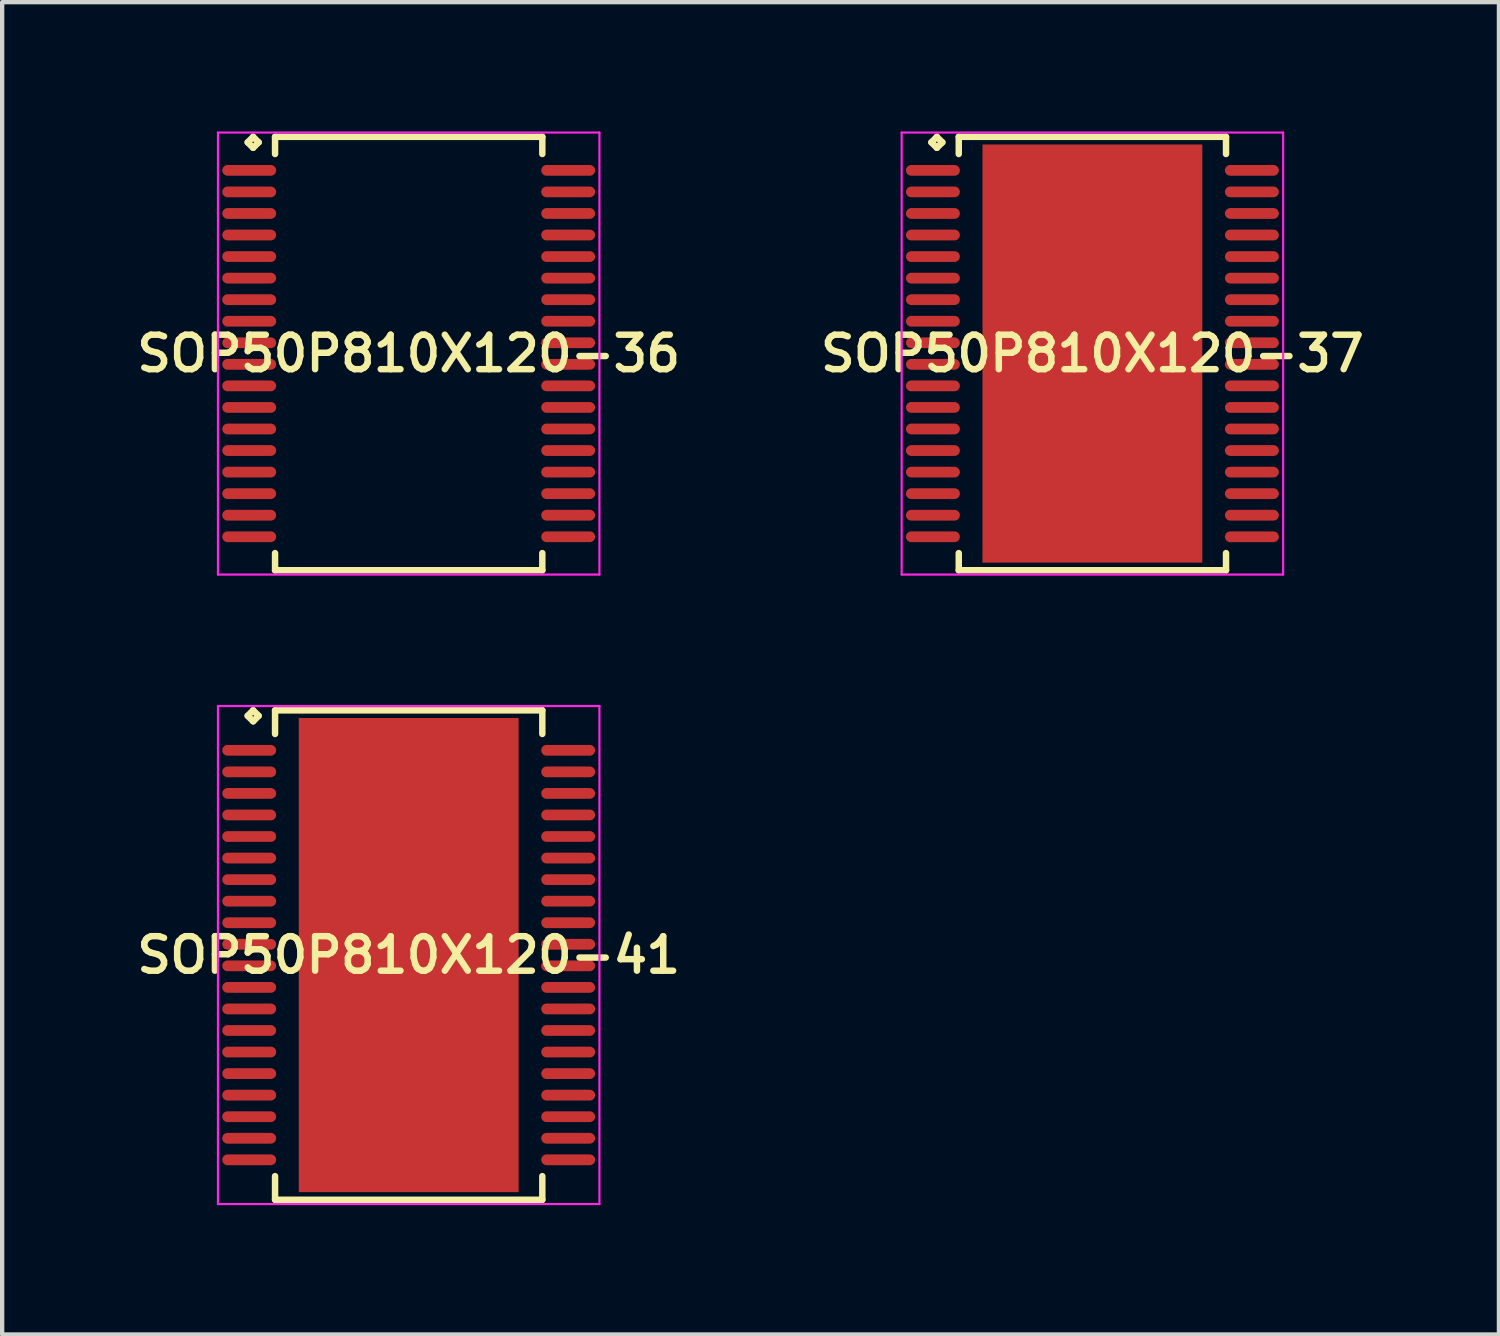
<source format=kicad_pcb>
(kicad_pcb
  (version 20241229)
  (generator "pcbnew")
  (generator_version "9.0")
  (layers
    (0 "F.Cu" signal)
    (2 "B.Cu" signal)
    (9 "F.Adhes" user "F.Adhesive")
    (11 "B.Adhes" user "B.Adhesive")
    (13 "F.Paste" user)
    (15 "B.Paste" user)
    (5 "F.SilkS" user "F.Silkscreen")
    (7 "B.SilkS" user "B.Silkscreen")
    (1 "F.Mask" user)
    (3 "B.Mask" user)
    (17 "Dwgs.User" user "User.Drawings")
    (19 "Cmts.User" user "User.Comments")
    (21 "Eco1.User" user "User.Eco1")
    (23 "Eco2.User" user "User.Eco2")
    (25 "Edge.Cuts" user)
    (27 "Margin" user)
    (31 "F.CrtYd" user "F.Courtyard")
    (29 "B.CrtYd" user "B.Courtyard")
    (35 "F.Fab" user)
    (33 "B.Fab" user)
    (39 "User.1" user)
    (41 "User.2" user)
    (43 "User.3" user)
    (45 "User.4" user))
  (footprint "SOP50P810X120-36"
    (layer "F.Cu")
    (at 6.431 5.152)
    (property "Reference" "SOP50P810X120-36" (at 0 0 0) (layer "F.SilkS") (effects (font (size 0.8 0.8) (thickness 0.15))))
    (attr smd)
    (fp_line (start -3.735 -4.9) (end -3.608 -5.027) (stroke (width 0.15) (type solid)) (layer "F.SilkS"))
    (fp_line (start -3.608 -5.027) (end -3.481 -4.9) (stroke (width 0.15) (type solid)) (layer "F.SilkS"))
    (fp_line (start -3.608 -4.773) (end -3.735 -4.9) (stroke (width 0.15) (type solid)) (layer "F.SilkS"))
    (fp_line (start -3.481 -4.9) (end -3.608 -4.773) (stroke (width 0.15) (type solid)) (layer "F.SilkS"))
    (fp_line (start -3.1 -5.027) (end 3.1 -5.027) (stroke (width 0.15) (type solid)) (layer "F.SilkS"))
    (fp_line (start -3.1 -4.629) (end -3.1 -5.027) (stroke (width 0.15) (type solid)) (layer "F.SilkS"))
    (fp_line (start -3.1 4.629) (end -3.1 5.027) (stroke (width 0.15) (type solid)) (layer "F.SilkS"))
    (fp_line (start -3.1 5.027) (end 3.1 5.027) (stroke (width 0.15) (type solid)) (layer "F.SilkS"))
    (fp_line (start 3.1 -5.027) (end 3.1 -4.629) (stroke (width 0.15) (type solid)) (layer "F.SilkS"))
    (fp_line (start 3.1 5.027) (end 3.1 4.629) (stroke (width 0.15) (type solid)) (layer "F.SilkS"))
    (fp_line (start -4.425 -5.127) (end 4.425 -5.127) (stroke (width 0.05) (type solid)) (layer "F.CrtYd"))
    (fp_line (start -4.425 5.127) (end -4.425 -5.127) (stroke (width 0.05) (type solid)) (layer "F.CrtYd"))
    (fp_line (start 4.425 -5.127) (end 4.425 5.127) (stroke (width 0.05) (type solid)) (layer "F.CrtYd"))
    (fp_line (start 4.425 5.127) (end -4.425 5.127) (stroke (width 0.05) (type solid)) (layer "F.CrtYd"))
    (pad "1" smd oval (at -3.7 -4.25) (size 1.25 0.25) (layers "F.Cu" "F.Mask" "F.Paste"))
    (pad "2" smd oval (at -3.7 -3.75) (size 1.25 0.25) (layers "F.Cu" "F.Mask" "F.Paste"))
    (pad "3" smd oval (at -3.7 -3.25) (size 1.25 0.25) (layers "F.Cu" "F.Mask" "F.Paste"))
    (pad "4" smd oval (at -3.7 -2.75) (size 1.25 0.25) (layers "F.Cu" "F.Mask" "F.Paste"))
    (pad "5" smd oval (at -3.7 -2.25) (size 1.25 0.25) (layers "F.Cu" "F.Mask" "F.Paste"))
    (pad "6" smd oval (at -3.7 -1.75) (size 1.25 0.25) (layers "F.Cu" "F.Mask" "F.Paste"))
    (pad "7" smd oval (at -3.7 -1.25) (size 1.25 0.25) (layers "F.Cu" "F.Mask" "F.Paste"))
    (pad "8" smd oval (at -3.7 -0.75) (size 1.25 0.25) (layers "F.Cu" "F.Mask" "F.Paste"))
    (pad "9" smd oval (at -3.7 -0.25) (size 1.25 0.25) (layers "F.Cu" "F.Mask" "F.Paste"))
    (pad "10" smd oval (at -3.7 0.25) (size 1.25 0.25) (layers "F.Cu" "F.Mask" "F.Paste"))
    (pad "11" smd oval (at -3.7 0.75) (size 1.25 0.25) (layers "F.Cu" "F.Mask" "F.Paste"))
    (pad "12" smd oval (at -3.7 1.25) (size 1.25 0.25) (layers "F.Cu" "F.Mask" "F.Paste"))
    (pad "13" smd oval (at -3.7 1.75) (size 1.25 0.25) (layers "F.Cu" "F.Mask" "F.Paste"))
    (pad "14" smd oval (at -3.7 2.25) (size 1.25 0.25) (layers "F.Cu" "F.Mask" "F.Paste"))
    (pad "15" smd oval (at -3.7 2.75) (size 1.25 0.25) (layers "F.Cu" "F.Mask" "F.Paste"))
    (pad "16" smd oval (at -3.7 3.25) (size 1.25 0.25) (layers "F.Cu" "F.Mask" "F.Paste"))
    (pad "17" smd oval (at -3.7 3.75) (size 1.25 0.25) (layers "F.Cu" "F.Mask" "F.Paste"))
    (pad "18" smd oval (at -3.7 4.25) (size 1.25 0.25) (layers "F.Cu" "F.Mask" "F.Paste"))
    (pad "19" smd oval (at 3.7 4.25) (size 1.25 0.25) (layers "F.Cu" "F.Mask" "F.Paste"))
    (pad "20" smd oval (at 3.7 3.75) (size 1.25 0.25) (layers "F.Cu" "F.Mask" "F.Paste"))
    (pad "21" smd oval (at 3.7 3.25) (size 1.25 0.25) (layers "F.Cu" "F.Mask" "F.Paste"))
    (pad "22" smd oval (at 3.7 2.75) (size 1.25 0.25) (layers "F.Cu" "F.Mask" "F.Paste"))
    (pad "23" smd oval (at 3.7 2.25) (size 1.25 0.25) (layers "F.Cu" "F.Mask" "F.Paste"))
    (pad "24" smd oval (at 3.7 1.75) (size 1.25 0.25) (layers "F.Cu" "F.Mask" "F.Paste"))
    (pad "25" smd oval (at 3.7 1.25) (size 1.25 0.25) (layers "F.Cu" "F.Mask" "F.Paste"))
    (pad "26" smd oval (at 3.7 0.75) (size 1.25 0.25) (layers "F.Cu" "F.Mask" "F.Paste"))
    (pad "27" smd oval (at 3.7 0.25) (size 1.25 0.25) (layers "F.Cu" "F.Mask" "F.Paste"))
    (pad "28" smd oval (at 3.7 -0.25) (size 1.25 0.25) (layers "F.Cu" "F.Mask" "F.Paste"))
    (pad "29" smd oval (at 3.7 -0.75) (size 1.25 0.25) (layers "F.Cu" "F.Mask" "F.Paste"))
    (pad "30" smd oval (at 3.7 -1.25) (size 1.25 0.25) (layers "F.Cu" "F.Mask" "F.Paste"))
    (pad "31" smd oval (at 3.7 -1.75) (size 1.25 0.25) (layers "F.Cu" "F.Mask" "F.Paste"))
    (pad "32" smd oval (at 3.7 -2.25) (size 1.25 0.25) (layers "F.Cu" "F.Mask" "F.Paste"))
    (pad "33" smd oval (at 3.7 -2.75) (size 1.25 0.25) (layers "F.Cu" "F.Mask" "F.Paste"))
    (pad "34" smd oval (at 3.7 -3.25) (size 1.25 0.25) (layers "F.Cu" "F.Mask" "F.Paste"))
    (pad "35" smd oval (at 3.7 -3.75) (size 1.25 0.25) (layers "F.Cu" "F.Mask" "F.Paste"))
    (pad "36" smd oval (at 3.7 -4.25) (size 1.25 0.25) (layers "F.Cu" "F.Mask" "F.Paste")))
  (footprint "SOP50P810X120-37"
    (layer "F.Cu")
    (at 22.292 5.152)
    (property "Reference" "SOP50P810X120-37" (at 0 0 0) (layer "F.SilkS") (effects (font (size 0.8 0.8) (thickness 0.15))))
    (attr smd)
    (fp_line (start -3.735 -4.9) (end -3.608 -5.027) (stroke (width 0.15) (type solid)) (layer "F.SilkS"))
    (fp_line (start -3.608 -5.027) (end -3.481 -4.9) (stroke (width 0.15) (type solid)) (layer "F.SilkS"))
    (fp_line (start -3.608 -4.773) (end -3.735 -4.9) (stroke (width 0.15) (type solid)) (layer "F.SilkS"))
    (fp_line (start -3.481 -4.9) (end -3.608 -4.773) (stroke (width 0.15) (type solid)) (layer "F.SilkS"))
    (fp_line (start -3.1 -5.027) (end 3.1 -5.027) (stroke (width 0.15) (type solid)) (layer "F.SilkS"))
    (fp_line (start -3.1 -4.629) (end -3.1 -5.027) (stroke (width 0.15) (type solid)) (layer "F.SilkS"))
    (fp_line (start -3.1 4.629) (end -3.1 5.027) (stroke (width 0.15) (type solid)) (layer "F.SilkS"))
    (fp_line (start -3.1 5.027) (end 3.1 5.027) (stroke (width 0.15) (type solid)) (layer "F.SilkS"))
    (fp_line (start 3.1 -5.027) (end 3.1 -4.629) (stroke (width 0.15) (type solid)) (layer "F.SilkS"))
    (fp_line (start 3.1 5.027) (end 3.1 4.629) (stroke (width 0.15) (type solid)) (layer "F.SilkS"))
    (fp_line (start -4.425 -5.127) (end 4.425 -5.127) (stroke (width 0.05) (type solid)) (layer "F.CrtYd"))
    (fp_line (start -4.425 5.127) (end -4.425 -5.127) (stroke (width 0.05) (type solid)) (layer "F.CrtYd"))
    (fp_line (start 4.425 -5.127) (end 4.425 5.127) (stroke (width 0.05) (type solid)) (layer "F.CrtYd"))
    (fp_line (start 4.425 5.127) (end -4.425 5.127) (stroke (width 0.05) (type solid)) (layer "F.CrtYd"))
    (pad "1" smd oval (at -3.7 -4.25) (size 1.25 0.25) (layers "F.Cu" "F.Mask" "F.Paste"))
    (pad "2" smd oval (at -3.7 -3.75) (size 1.25 0.25) (layers "F.Cu" "F.Mask" "F.Paste"))
    (pad "3" smd oval (at -3.7 -3.25) (size 1.25 0.25) (layers "F.Cu" "F.Mask" "F.Paste"))
    (pad "4" smd oval (at -3.7 -2.75) (size 1.25 0.25) (layers "F.Cu" "F.Mask" "F.Paste"))
    (pad "5" smd oval (at -3.7 -2.25) (size 1.25 0.25) (layers "F.Cu" "F.Mask" "F.Paste"))
    (pad "6" smd oval (at -3.7 -1.75) (size 1.25 0.25) (layers "F.Cu" "F.Mask" "F.Paste"))
    (pad "7" smd oval (at -3.7 -1.25) (size 1.25 0.25) (layers "F.Cu" "F.Mask" "F.Paste"))
    (pad "8" smd oval (at -3.7 -0.75) (size 1.25 0.25) (layers "F.Cu" "F.Mask" "F.Paste"))
    (pad "9" smd oval (at -3.7 -0.25) (size 1.25 0.25) (layers "F.Cu" "F.Mask" "F.Paste"))
    (pad "10" smd oval (at -3.7 0.25) (size 1.25 0.25) (layers "F.Cu" "F.Mask" "F.Paste"))
    (pad "11" smd oval (at -3.7 0.75) (size 1.25 0.25) (layers "F.Cu" "F.Mask" "F.Paste"))
    (pad "12" smd oval (at -3.7 1.25) (size 1.25 0.25) (layers "F.Cu" "F.Mask" "F.Paste"))
    (pad "13" smd oval (at -3.7 1.75) (size 1.25 0.25) (layers "F.Cu" "F.Mask" "F.Paste"))
    (pad "14" smd oval (at -3.7 2.25) (size 1.25 0.25) (layers "F.Cu" "F.Mask" "F.Paste"))
    (pad "15" smd oval (at -3.7 2.75) (size 1.25 0.25) (layers "F.Cu" "F.Mask" "F.Paste"))
    (pad "16" smd oval (at -3.7 3.25) (size 1.25 0.25) (layers "F.Cu" "F.Mask" "F.Paste"))
    (pad "17" smd oval (at -3.7 3.75) (size 1.25 0.25) (layers "F.Cu" "F.Mask" "F.Paste"))
    (pad "18" smd oval (at -3.7 4.25) (size 1.25 0.25) (layers "F.Cu" "F.Mask" "F.Paste"))
    (pad "19" smd oval (at 3.7 4.25) (size 1.25 0.25) (layers "F.Cu" "F.Mask" "F.Paste"))
    (pad "20" smd oval (at 3.7 3.75) (size 1.25 0.25) (layers "F.Cu" "F.Mask" "F.Paste"))
    (pad "21" smd oval (at 3.7 3.25) (size 1.25 0.25) (layers "F.Cu" "F.Mask" "F.Paste"))
    (pad "22" smd oval (at 3.7 2.75) (size 1.25 0.25) (layers "F.Cu" "F.Mask" "F.Paste"))
    (pad "23" smd oval (at 3.7 2.25) (size 1.25 0.25) (layers "F.Cu" "F.Mask" "F.Paste"))
    (pad "24" smd oval (at 3.7 1.75) (size 1.25 0.25) (layers "F.Cu" "F.Mask" "F.Paste"))
    (pad "25" smd oval (at 3.7 1.25) (size 1.25 0.25) (layers "F.Cu" "F.Mask" "F.Paste"))
    (pad "26" smd oval (at 3.7 0.75) (size 1.25 0.25) (layers "F.Cu" "F.Mask" "F.Paste"))
    (pad "27" smd oval (at 3.7 0.25) (size 1.25 0.25) (layers "F.Cu" "F.Mask" "F.Paste"))
    (pad "28" smd oval (at 3.7 -0.25) (size 1.25 0.25) (layers "F.Cu" "F.Mask" "F.Paste"))
    (pad "29" smd oval (at 3.7 -0.75) (size 1.25 0.25) (layers "F.Cu" "F.Mask" "F.Paste"))
    (pad "30" smd oval (at 3.7 -1.25) (size 1.25 0.25) (layers "F.Cu" "F.Mask" "F.Paste"))
    (pad "31" smd oval (at 3.7 -1.75) (size 1.25 0.25) (layers "F.Cu" "F.Mask" "F.Paste"))
    (pad "32" smd oval (at 3.7 -2.25) (size 1.25 0.25) (layers "F.Cu" "F.Mask" "F.Paste"))
    (pad "33" smd oval (at 3.7 -2.75) (size 1.25 0.25) (layers "F.Cu" "F.Mask" "F.Paste"))
    (pad "34" smd oval (at 3.7 -3.25) (size 1.25 0.25) (layers "F.Cu" "F.Mask" "F.Paste"))
    (pad "35" smd oval (at 3.7 -3.75) (size 1.25 0.25) (layers "F.Cu" "F.Mask" "F.Paste"))
    (pad "36" smd oval (at 3.7 -4.25) (size 1.25 0.25) (layers "F.Cu" "F.Mask" "F.Paste"))
    (pad "37" smd rect (at 0 0) (size 5.1 9.7) (layers "F.Cu" "F.Mask" "F.Paste")))
  (footprint "SOP50P810X120-41"
    (layer "F.Cu")
    (at 6.431 19.106)
    (property "Reference" "SOP50P810X120-41" (at 0 0 0) (layer "F.SilkS") (effects (font (size 0.8 0.8) (thickness 0.15))))
    (attr smd)
    (fp_line (start -3.735 -5.55) (end -3.608 -5.677) (stroke (width 0.15) (type solid)) (layer "F.SilkS"))
    (fp_line (start -3.608 -5.677) (end -3.481 -5.55) (stroke (width 0.15) (type solid)) (layer "F.SilkS"))
    (fp_line (start -3.608 -5.423) (end -3.735 -5.55) (stroke (width 0.15) (type solid)) (layer "F.SilkS"))
    (fp_line (start -3.481 -5.55) (end -3.608 -5.423) (stroke (width 0.15) (type solid)) (layer "F.SilkS"))
    (fp_line (start -3.1 -5.677) (end 3.1 -5.677) (stroke (width 0.15) (type solid)) (layer "F.SilkS"))
    (fp_line (start -3.1 -5.129) (end -3.1 -5.677) (stroke (width 0.15) (type solid)) (layer "F.SilkS"))
    (fp_line (start -3.1 5.129) (end -3.1 5.677) (stroke (width 0.15) (type solid)) (layer "F.SilkS"))
    (fp_line (start -3.1 5.677) (end 3.1 5.677) (stroke (width 0.15) (type solid)) (layer "F.SilkS"))
    (fp_line (start 3.1 -5.677) (end 3.1 -5.129) (stroke (width 0.15) (type solid)) (layer "F.SilkS"))
    (fp_line (start 3.1 5.677) (end 3.1 5.129) (stroke (width 0.15) (type solid)) (layer "F.SilkS"))
    (fp_line (start -4.425 -5.777) (end 4.425 -5.777) (stroke (width 0.05) (type solid)) (layer "F.CrtYd"))
    (fp_line (start -4.425 5.777) (end -4.425 -5.777) (stroke (width 0.05) (type solid)) (layer "F.CrtYd"))
    (fp_line (start 4.425 -5.777) (end 4.425 5.777) (stroke (width 0.05) (type solid)) (layer "F.CrtYd"))
    (fp_line (start 4.425 5.777) (end -4.425 5.777) (stroke (width 0.05) (type solid)) (layer "F.CrtYd"))
    (pad "1" smd oval (at -3.7 -4.75) (size 1.25 0.25) (layers "F.Cu" "F.Mask" "F.Paste"))
    (pad "2" smd oval (at -3.7 -4.25) (size 1.25 0.25) (layers "F.Cu" "F.Mask" "F.Paste"))
    (pad "3" smd oval (at -3.7 -3.75) (size 1.25 0.25) (layers "F.Cu" "F.Mask" "F.Paste"))
    (pad "4" smd oval (at -3.7 -3.25) (size 1.25 0.25) (layers "F.Cu" "F.Mask" "F.Paste"))
    (pad "5" smd oval (at -3.7 -2.75) (size 1.25 0.25) (layers "F.Cu" "F.Mask" "F.Paste"))
    (pad "6" smd oval (at -3.7 -2.25) (size 1.25 0.25) (layers "F.Cu" "F.Mask" "F.Paste"))
    (pad "7" smd oval (at -3.7 -1.75) (size 1.25 0.25) (layers "F.Cu" "F.Mask" "F.Paste"))
    (pad "8" smd oval (at -3.7 -1.25) (size 1.25 0.25) (layers "F.Cu" "F.Mask" "F.Paste"))
    (pad "9" smd oval (at -3.7 -0.75) (size 1.25 0.25) (layers "F.Cu" "F.Mask" "F.Paste"))
    (pad "10" smd oval (at -3.7 -0.25) (size 1.25 0.25) (layers "F.Cu" "F.Mask" "F.Paste"))
    (pad "11" smd oval (at -3.7 0.25) (size 1.25 0.25) (layers "F.Cu" "F.Mask" "F.Paste"))
    (pad "12" smd oval (at -3.7 0.75) (size 1.25 0.25) (layers "F.Cu" "F.Mask" "F.Paste"))
    (pad "13" smd oval (at -3.7 1.25) (size 1.25 0.25) (layers "F.Cu" "F.Mask" "F.Paste"))
    (pad "14" smd oval (at -3.7 1.75) (size 1.25 0.25) (layers "F.Cu" "F.Mask" "F.Paste"))
    (pad "15" smd oval (at -3.7 2.25) (size 1.25 0.25) (layers "F.Cu" "F.Mask" "F.Paste"))
    (pad "16" smd oval (at -3.7 2.75) (size 1.25 0.25) (layers "F.Cu" "F.Mask" "F.Paste"))
    (pad "17" smd oval (at -3.7 3.25) (size 1.25 0.25) (layers "F.Cu" "F.Mask" "F.Paste"))
    (pad "18" smd oval (at -3.7 3.75) (size 1.25 0.25) (layers "F.Cu" "F.Mask" "F.Paste"))
    (pad "19" smd oval (at -3.7 4.25) (size 1.25 0.25) (layers "F.Cu" "F.Mask" "F.Paste"))
    (pad "20" smd oval (at -3.7 4.75) (size 1.25 0.25) (layers "F.Cu" "F.Mask" "F.Paste"))
    (pad "21" smd oval (at 3.7 4.75) (size 1.25 0.25) (layers "F.Cu" "F.Mask" "F.Paste"))
    (pad "22" smd oval (at 3.7 4.25) (size 1.25 0.25) (layers "F.Cu" "F.Mask" "F.Paste"))
    (pad "23" smd oval (at 3.7 3.75) (size 1.25 0.25) (layers "F.Cu" "F.Mask" "F.Paste"))
    (pad "24" smd oval (at 3.7 3.25) (size 1.25 0.25) (layers "F.Cu" "F.Mask" "F.Paste"))
    (pad "25" smd oval (at 3.7 2.75) (size 1.25 0.25) (layers "F.Cu" "F.Mask" "F.Paste"))
    (pad "26" smd oval (at 3.7 2.25) (size 1.25 0.25) (layers "F.Cu" "F.Mask" "F.Paste"))
    (pad "27" smd oval (at 3.7 1.75) (size 1.25 0.25) (layers "F.Cu" "F.Mask" "F.Paste"))
    (pad "28" smd oval (at 3.7 1.25) (size 1.25 0.25) (layers "F.Cu" "F.Mask" "F.Paste"))
    (pad "29" smd oval (at 3.7 0.75) (size 1.25 0.25) (layers "F.Cu" "F.Mask" "F.Paste"))
    (pad "30" smd oval (at 3.7 0.25) (size 1.25 0.25) (layers "F.Cu" "F.Mask" "F.Paste"))
    (pad "31" smd oval (at 3.7 -0.25) (size 1.25 0.25) (layers "F.Cu" "F.Mask" "F.Paste"))
    (pad "32" smd oval (at 3.7 -0.75) (size 1.25 0.25) (layers "F.Cu" "F.Mask" "F.Paste"))
    (pad "33" smd oval (at 3.7 -1.25) (size 1.25 0.25) (layers "F.Cu" "F.Mask" "F.Paste"))
    (pad "34" smd oval (at 3.7 -1.75) (size 1.25 0.25) (layers "F.Cu" "F.Mask" "F.Paste"))
    (pad "35" smd oval (at 3.7 -2.25) (size 1.25 0.25) (layers "F.Cu" "F.Mask" "F.Paste"))
    (pad "36" smd oval (at 3.7 -2.75) (size 1.25 0.25) (layers "F.Cu" "F.Mask" "F.Paste"))
    (pad "37" smd oval (at 3.7 -3.25) (size 1.25 0.25) (layers "F.Cu" "F.Mask" "F.Paste"))
    (pad "38" smd oval (at 3.7 -3.75) (size 1.25 0.25) (layers "F.Cu" "F.Mask" "F.Paste"))
    (pad "39" smd oval (at 3.7 -4.25) (size 1.25 0.25) (layers "F.Cu" "F.Mask" "F.Paste"))
    (pad "40" smd oval (at 3.7 -4.75) (size 1.25 0.25) (layers "F.Cu" "F.Mask" "F.Paste"))
    (pad "41" smd rect (at 0 0) (size 5.1 11) (layers "F.Cu" "F.Mask" "F.Paste")))
  (gr_rect
    (start -3 -3)
    (end 31.723 27.908)
    (stroke (width 0.1) (type default))
    (fill no)
    (layer "Edge.Cuts")))
</source>
